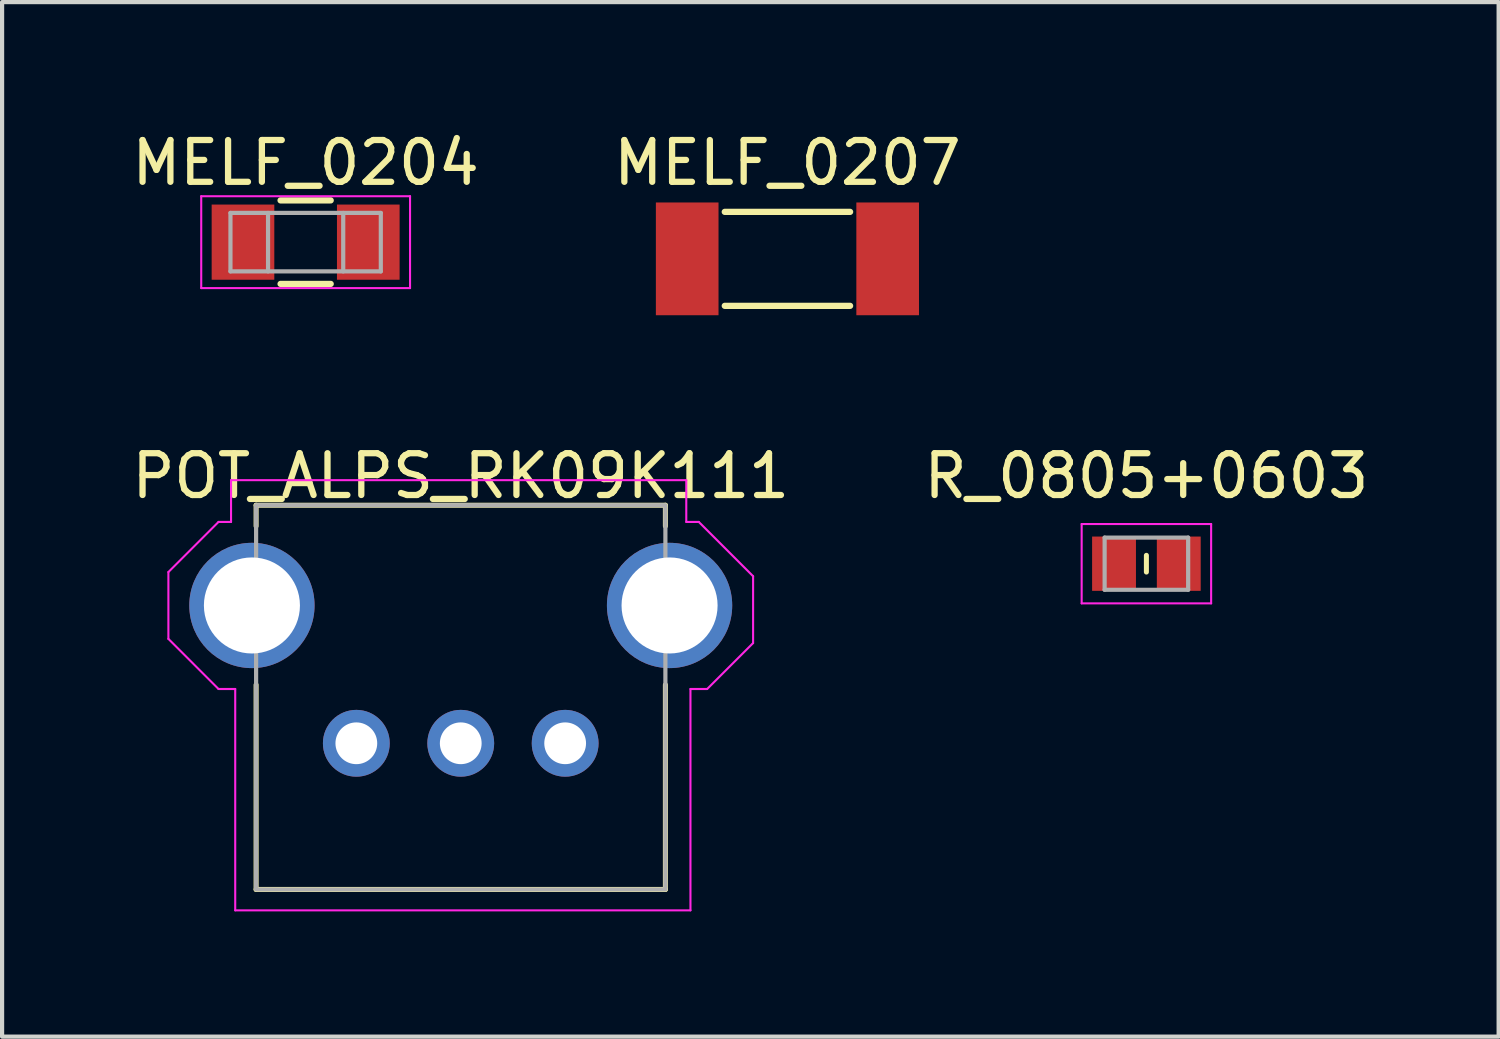
<source format=kicad_pcb>
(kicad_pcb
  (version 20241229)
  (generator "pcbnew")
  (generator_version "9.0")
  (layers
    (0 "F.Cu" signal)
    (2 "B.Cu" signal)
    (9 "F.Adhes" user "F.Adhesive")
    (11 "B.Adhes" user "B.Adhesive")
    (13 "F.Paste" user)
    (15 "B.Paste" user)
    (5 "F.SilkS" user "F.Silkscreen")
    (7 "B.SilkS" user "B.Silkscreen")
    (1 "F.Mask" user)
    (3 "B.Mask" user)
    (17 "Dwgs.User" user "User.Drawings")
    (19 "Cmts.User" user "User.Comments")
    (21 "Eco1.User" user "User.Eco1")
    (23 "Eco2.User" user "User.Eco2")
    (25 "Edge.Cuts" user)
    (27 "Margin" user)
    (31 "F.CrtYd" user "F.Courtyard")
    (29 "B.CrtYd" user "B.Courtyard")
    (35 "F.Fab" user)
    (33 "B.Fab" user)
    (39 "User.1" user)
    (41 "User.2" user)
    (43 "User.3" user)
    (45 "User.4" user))
  (footprint "POT_ALPS_RK09K111"
    (layer "F.Cu")
    (at 7.982 11.447)
    (property "Reference" "POT_ALPS_RK09K111" (at 0 -3.1 0) (unlocked yes) (layer "F.SilkS") (effects (font (size 1 1) (thickness 0.15))))
    (attr through_hole)
    (fp_line (start -4.9 -2.4) (end 4.9 -2.4) (stroke (width 0.12) (type solid)) (layer "F.SilkS"))
    (fp_line (start -4.9 -1.9) (end -4.9 -2.4) (stroke (width 0.12) (type solid)) (layer "F.SilkS"))
    (fp_line (start -4.9 6.8) (end -4.9 1.9) (stroke (width 0.12) (type solid)) (layer "F.SilkS"))
    (fp_line (start 4.9 -2.4) (end 4.9 -1.9) (stroke (width 0.12) (type solid)) (layer "F.SilkS"))
    (fp_line (start 4.9 1.9) (end 4.9 6.8) (stroke (width 0.12) (type solid)) (layer "F.SilkS"))
    (fp_line (start 4.9 6.8) (end -4.9 6.8) (stroke (width 0.12) (type solid)) (layer "F.SilkS"))
    (fp_line (start -7 -0.8) (end -7 0.8) (stroke (width 0.05) (type solid)) (layer "F.CrtYd"))
    (fp_line (start -7 -0.8) (end -5.8 -2) (stroke (width 0.05) (type solid)) (layer "F.CrtYd"))
    (fp_line (start -5.8 2) (end -7 0.8) (stroke (width 0.05) (type solid)) (layer "F.CrtYd"))
    (fp_line (start -5.8 2) (end -5.4 2) (stroke (width 0.05) (type solid)) (layer "F.CrtYd"))
    (fp_line (start -5.5 -3) (end 5.4 -3) (stroke (width 0.05) (type solid)) (layer "F.CrtYd"))
    (fp_line (start -5.5 -2) (end -5.8 -2) (stroke (width 0.05) (type solid)) (layer "F.CrtYd"))
    (fp_line (start -5.5 -2) (end -5.5 -3) (stroke (width 0.05) (type solid)) (layer "F.CrtYd"))
    (fp_line (start -5.4 7.3) (end -5.4 2) (stroke (width 0.05) (type solid)) (layer "F.CrtYd"))
    (fp_line (start 5.4 -3) (end 5.4 -2) (stroke (width 0.05) (type solid)) (layer "F.CrtYd"))
    (fp_line (start 5.4 -2) (end 5.7 -2) (stroke (width 0.05) (type solid)) (layer "F.CrtYd"))
    (fp_line (start 5.5 2) (end 5.5 7.3) (stroke (width 0.05) (type solid)) (layer "F.CrtYd"))
    (fp_line (start 5.5 7.3) (end -5.4 7.3) (stroke (width 0.05) (type solid)) (layer "F.CrtYd"))
    (fp_line (start 5.7 -2) (end 7 -0.7) (stroke (width 0.05) (type solid)) (layer "F.CrtYd"))
    (fp_line (start 5.9 2) (end 5.5 2) (stroke (width 0.05) (type solid)) (layer "F.CrtYd"))
    (fp_line (start 5.9 2) (end 7 0.9) (stroke (width 0.05) (type solid)) (layer "F.CrtYd"))
    (fp_line (start 7 -0.7) (end 7 0.9) (stroke (width 0.05) (type solid)) (layer "F.CrtYd"))
    (fp_rect (start -4.9 -2.4) (end 4.9 6.8) (stroke (width 0.1) (type solid)) (fill no) (layer "F.Fab"))
    (pad "1" thru_hole circle (at -2.5 3.3) (size 1.6 1.6) (drill 1) (layers "*.Cu" "*.Mask"))
    (pad "2" thru_hole circle (at 0 3.3) (size 1.6 1.6) (drill 1) (layers "*.Cu" "*.Mask"))
    (pad "3" thru_hole circle (at 2.5 3.3) (size 1.6 1.6) (drill 1) (layers "*.Cu" "*.Mask"))
    (pad "S" thru_hole circle (at -5 0) (size 3 3) (drill 2.3) (layers "*.Cu" "*.Mask"))
    (pad "S" thru_hole circle (at 5 0) (size 3 3) (drill 2.3) (layers "*.Cu" "*.Mask")))
  (footprint "MELF_0204"
    (layer "F.Cu")
    (at 4.268 2.748)
    (property "Reference" "MELF_0204" (at 0 -1.9 0) (layer "F.SilkS") (effects (font (size 1 1) (thickness 0.15))))
    (attr smd)
    (fp_line (start -0.6 -1) (end 0.6 -1) (stroke (width 0.15) (type solid)) (layer "F.SilkS"))
    (fp_line (start 0.6 1) (end -0.6 1) (stroke (width 0.15) (type solid)) (layer "F.SilkS"))
    (fp_line (start -2.5 -1.1) (end -2.5 1.1) (stroke (width 0.05) (type solid)) (layer "F.CrtYd"))
    (fp_line (start -2.5 -1.1) (end 2.5 -1.1) (stroke (width 0.05) (type solid)) (layer "F.CrtYd"))
    (fp_line (start -2.5 1.1) (end 2.5 1.1) (stroke (width 0.05) (type solid)) (layer "F.CrtYd"))
    (fp_line (start 2.5 -1.1) (end 2.5 1.1) (stroke (width 0.05) (type solid)) (layer "F.CrtYd"))
    (fp_line (start -1.8 -0.7) (end 1.8 -0.7) (stroke (width 0.1) (type solid)) (layer "F.Fab"))
    (fp_line (start -1.8 0.7) (end -1.8 -0.7) (stroke (width 0.1) (type solid)) (layer "F.Fab"))
    (fp_line (start -0.9 -0.7) (end -0.9 0.7) (stroke (width 0.1) (type solid)) (layer "F.Fab"))
    (fp_line (start 0.9 -0.7) (end 0.9 0.7) (stroke (width 0.1) (type solid)) (layer "F.Fab"))
    (fp_line (start 1.8 -0.7) (end 1.8 0.7) (stroke (width 0.1) (type solid)) (layer "F.Fab"))
    (fp_line (start 1.8 0.7) (end -1.8 0.7) (stroke (width 0.1) (type solid)) (layer "F.Fab"))
    (pad "1" smd rect (at -1.5 0) (size 1.5 1.8) (layers "F.Cu" "F.Mask" "F.Paste"))
    (pad "2" smd rect (at 1.5 0) (size 1.5 1.8) (layers "F.Cu" "F.Mask" "F.Paste")))
  (footprint "R_0805+0603"
    (layer "F.Cu")
    (at 24.399 10.447)
    (property "Reference" "R_0805+0603" (at 0 -2.1 0) (layer "F.SilkS") (effects (font (size 1 1) (thickness 0.15))))
    (attr smd)
    (fp_line (start 0 -0.2) (end 0 0.2) (stroke (width 0.12) (type solid)) (layer "F.SilkS"))
    (fp_line (start -1.55 -0.95) (end -1.55 0.95) (stroke (width 0.05) (type solid)) (layer "F.CrtYd"))
    (fp_line (start -1.55 -0.95) (end 1.55 -0.95) (stroke (width 0.05) (type solid)) (layer "F.CrtYd"))
    (fp_line (start -1.55 0.95) (end 1.55 0.95) (stroke (width 0.05) (type solid)) (layer "F.CrtYd"))
    (fp_line (start 1.55 -0.95) (end 1.55 0.95) (stroke (width 0.05) (type solid)) (layer "F.CrtYd"))
    (fp_line (start -1 -0.625) (end 1 -0.625) (stroke (width 0.1) (type solid)) (layer "F.Fab"))
    (fp_line (start -1 0.625) (end -1 -0.625) (stroke (width 0.1) (type solid)) (layer "F.Fab"))
    (fp_line (start 1 -0.625) (end 1 0.625) (stroke (width 0.1) (type solid)) (layer "F.Fab"))
    (fp_line (start 1 0.625) (end -1 0.625) (stroke (width 0.1) (type solid)) (layer "F.Fab"))
    (pad "1" smd rect (at -0.775 0) (size 1.05 1.3) (layers "F.Cu" "F.Mask" "F.Paste"))
    (pad "2" smd rect (at 0.775 0) (size 1.05 1.3) (layers "F.Cu" "F.Mask" "F.Paste")))
  (footprint "MELF_0207"
    (layer "F.Cu")
    (at 15.804 3.148)
    (property "Reference" "MELF_0207" (at 0 -2.3 0) (layer "F.SilkS") (effects (font (size 1 1) (thickness 0.15))))
    (attr through_hole)
    (fp_line (start -1.5 -1.125) (end 1.5 -1.125) (stroke (width 0.15) (type solid)) (layer "F.SilkS"))
    (fp_line (start -1.5 1.125) (end 1.5 1.125) (stroke (width 0.15) (type solid)) (layer "F.SilkS"))
    (pad "1" smd rect (at -2.4 0) (size 1.5 2.7) (layers "F.Cu" "F.Mask" "F.Paste"))
    (pad "2" smd rect (at 2.4 0) (size 1.5 2.7) (layers "F.Cu" "F.Mask" "F.Paste")))
  (gr_rect
    (start -3 -3)
    (end 32.833 21.771)
    (stroke (width 0.1) (type default))
    (fill no)
    (layer "Edge.Cuts")))
</source>
